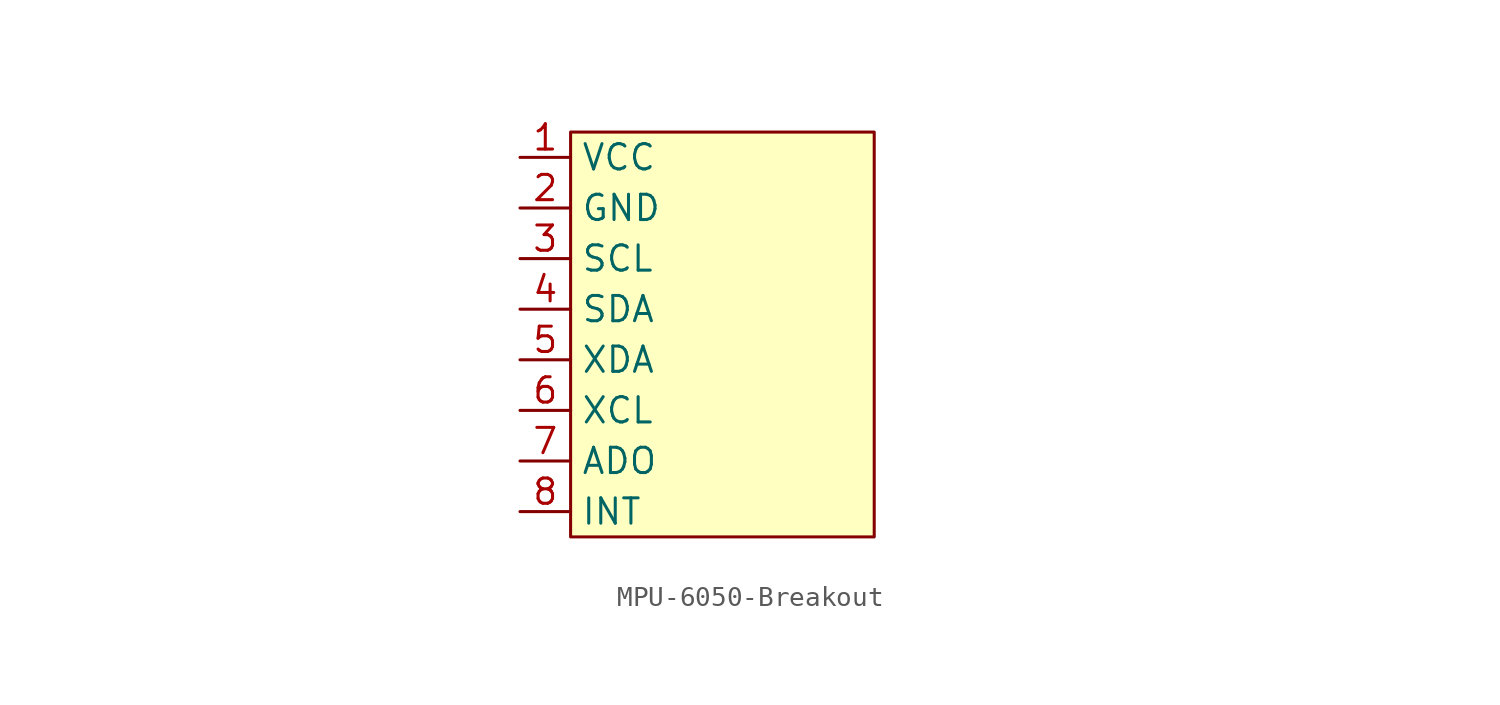
<source format=kicad_sym>
(kicad_symbol_lib
  (version 20211014)
  (generator kicad_symbol_editor)
  (symbol "MPU-6050-Breakout"
    (property "Reference" "MPU-6050-Arduino"
      (at 29.21 3.81 0)
      (effects (font (size 0 0))))
    (property "Value" "MPU-6050-Breakout"
      (at -26.67 6.35 0)
      (effects (font (size 0 0))))
    (property "Footprint" ""
      (at 29.21 3.81 0)
      (effects (font (size 1.27 1.27))))
    (symbol "MPU-6050-Breakout_0_0"
      (pin power_in line (at -10.16 8.89 0) (length 2.54) (name "VCC" (effects (font (size 1.27 1.27)))) (number "1" (effects (font (size 1.27 1.27)))))
      (pin power_in line (at -10.16 6.35 0) (length 2.54) (name "GND" (effects (font (size 1.27 1.27)))) (number "2" (effects (font (size 1.27 1.27)))))
      (pin unspecified line (at -10.16 3.81 0) (length 2.54) (name "SCL" (effects (font (size 1.27 1.27)))) (number "3" (effects (font (size 1.27 1.27)))))
      (pin unspecified line (at -10.16 1.27 0) (length 2.54) (name "SDA" (effects (font (size 1.27 1.27)))) (number "4" (effects (font (size 1.27 1.27)))))
      (pin unspecified line (at -10.16 -1.27 0) (length 2.54) (name "XDA" (effects (font (size 1.27 1.27)))) (number "5" (effects (font (size 1.27 1.27)))))
      (pin unspecified line (at -10.16 -3.81 0) (length 2.54) (name "XCL" (effects (font (size 1.27 1.27)))) (number "6" (effects (font (size 1.27 1.27)))))
      (pin unspecified line (at -10.16 -6.35 0) (length 2.54) (name "ADO" (effects (font (size 1.27 1.27)))) (number "7" (effects (font (size 1.27 1.27)))))
      (pin unspecified line (at -10.16 -8.89 0) (length 2.54) (name "INT" (effects (font (size 1.27 1.27)))) (number "8" (effects (font (size 1.27 1.27))))))
    (symbol "MPU-6050-Breakout_0_1"
      (rectangle (start -7.62 10.16) (end 7.62 -10.16) (stroke (width 0) (type default) (color 0 0 0 0)) (fill (type background))))))
</source>
